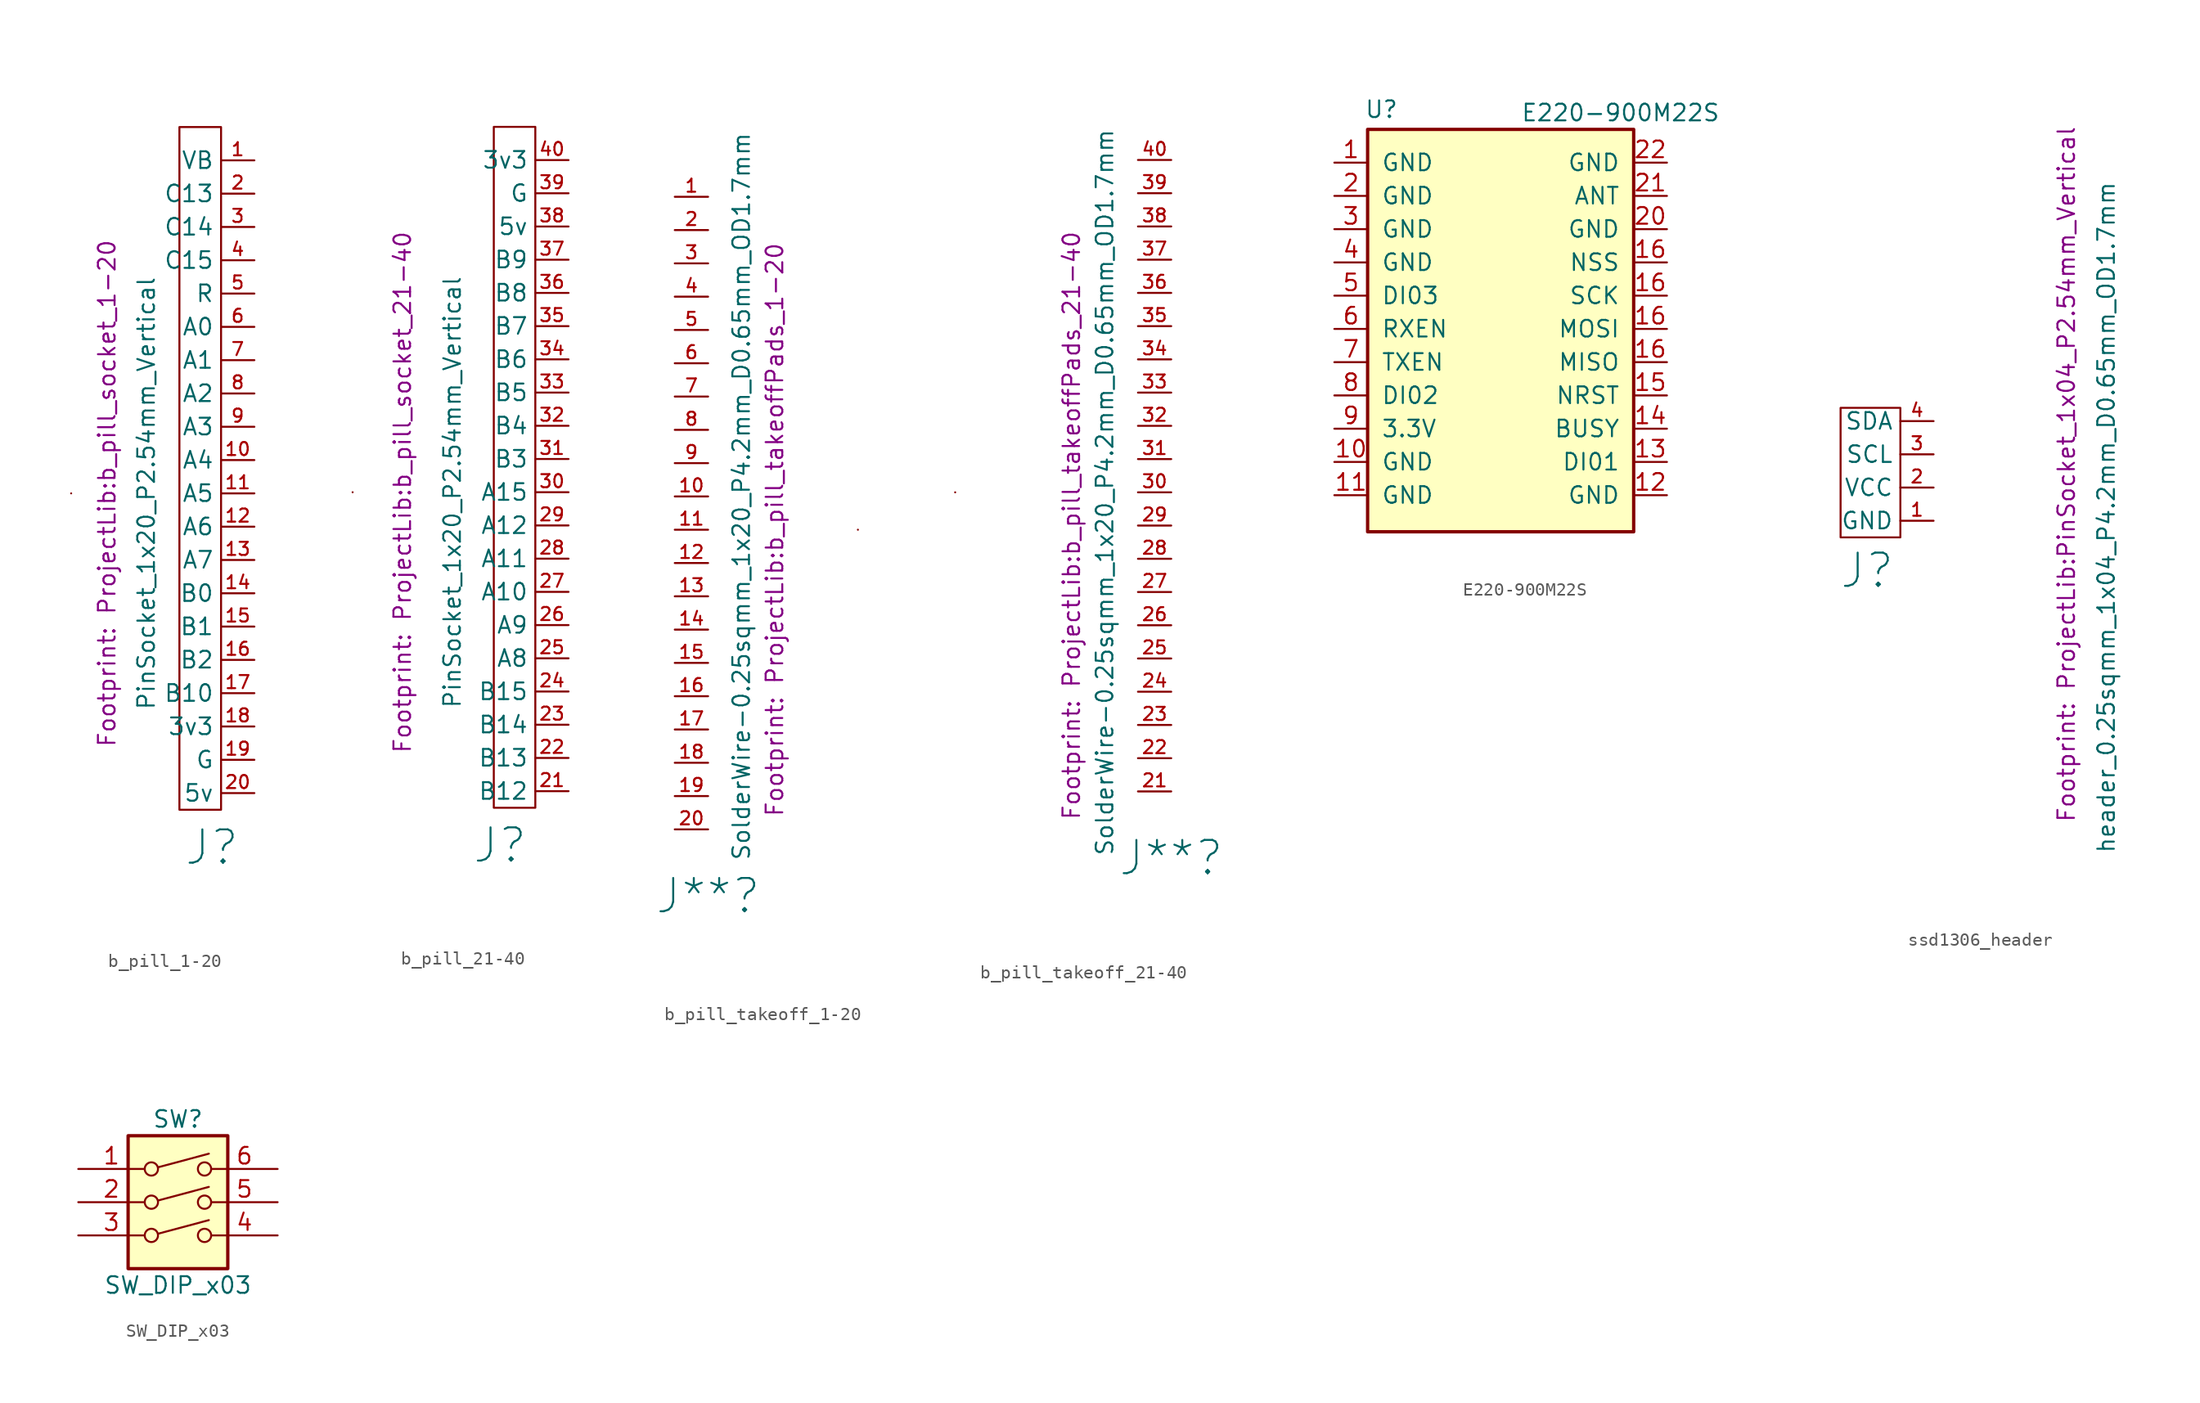
<source format=kicad_sym>
(kicad_symbol_lib
  (version 20231120)
  (generator "kicad_symbol_editor")
  (generator_version "8.0")
  (symbol "b_pill_1-20"
    (property "Reference" "J"
      (at -3.24 -27 0)
      (effects (font (size 2.54 2.54))))
    (property "Value" "PinSocket_1x20_P2.54mm_Vertical"
      (at -8.24 0 90)
      (effects (font (size 1.27 1.27))))
    (property "Footprint" "ProjectLib:b_pill_socket_1-20"
      (at -11.24 0 90)
      (show_name)
      (effects (font (size 1.27 1.27))))
    (symbol "b_pill_1-20_0_1"
      (rectangle (start -13.97 0) (end -13.97 0) (stroke (width 0) (type default)) (fill (type none)))
      (rectangle (start -5.715 27.94) (end -2.54 -24.13) (stroke (width 0) (type default)) (fill (type none))))
    (symbol "b_pill_1-20_1_1"
      (pin free line (at 0 25.4 180) (length 2.54) (name "VB" (effects (font (size 1.27 1.27)))) (number "1" (effects (font (size 1 1)))))
      (pin output line (at 0 2.54 180) (length 2.54) (name "A4" (effects (font (size 1.27 1.27)))) (number "10" (effects (font (size 1 1)))))
      (pin output line (at 0 0 180) (length 2.54) (name "A5" (effects (font (size 1.27 1.27)))) (number "11" (effects (font (size 1 1)))))
      (pin free line (at 0 -2.54 180) (length 2.54) (name "A6" (effects (font (size 1.27 1.27)))) (number "12" (effects (font (size 1 1)))))
      (pin output line (at 0 -5.08 180) (length 2.54) (name "A7" (effects (font (size 1.27 1.27)))) (number "13" (effects (font (size 1 1)))))
      (pin free line (at 0 -7.62 180) (length 2.54) (name "B0" (effects (font (size 1.27 1.27)))) (number "14" (effects (font (size 1 1)))))
      (pin free line (at 0 -10.16 180) (length 2.54) (name "B1" (effects (font (size 1.27 1.27)))) (number "15" (effects (font (size 1 1)))))
      (pin free line (at 0 -12.7 180) (length 2.54) (name "B2" (effects (font (size 1.27 1.27)))) (number "16" (effects (font (size 1 1)))))
      (pin free line (at 0 -15.24 180) (length 2.54) (name "B10" (effects (font (size 1.27 1.27)))) (number "17" (effects (font (size 1 1)))) (alternate "SCL" output line))
      (pin free line (at 0 -17.78 180) (length 2.54) (name "3v3" (effects (font (size 1.27 1.27)))) (number "18" (effects (font (size 1 1)))))
      (pin free line (at 0 -20.32 180) (length 2.54) (name "G" (effects (font (size 1.27 1.27)))) (number "19" (effects (font (size 1 1)))))
      (pin free line (at 0 22.86 180) (length 2.54) (name "C13" (effects (font (size 1.27 1.27)))) (number "2" (effects (font (size 1 1)))))
      (pin free line (at 0 -22.86 180) (length 2.54) (name "5v" (effects (font (size 1.27 1.27)))) (number "20" (effects (font (size 1 1)))))
      (pin free line (at 0 20.32 180) (length 2.54) (name "C14" (effects (font (size 1.27 1.27)))) (number "3" (effects (font (size 1 1)))))
      (pin free line (at 0 17.78 180) (length 2.54) (name "C15" (effects (font (size 1.27 1.27)))) (number "4" (effects (font (size 1 1)))))
      (pin free line (at 0 15.24 180) (length 2.54) (name "R" (effects (font (size 1.27 1.27)))) (number "5" (effects (font (size 1 1)))))
      (pin free line (at 0 12.7 180) (length 2.54) (name "A0" (effects (font (size 1.27 1.27)))) (number "6" (effects (font (size 1 1)))))
      (pin free line (at 0 10.16 180) (length 2.54) (name "A1" (effects (font (size 1.27 1.27)))) (number "7" (effects (font (size 1 1)))))
      (pin free line (at 0 7.62 180) (length 2.54) (name "A2" (effects (font (size 1.27 1.27)))) (number "8" (effects (font (size 1 1)))))
      (pin free line (at 0 5.08 180) (length 2.54) (name "A3" (effects (font (size 1.27 1.27)))) (number "9" (effects (font (size 1 1)))))))
  (symbol "b_pill_21-40"
    (property "Reference" "J"
      (at 10 -27 0)
      (effects (font (size 2.54 2.54))))
    (property "Value" "PinSocket_1x20_P2.54mm_Vertical"
      (at 6.35 0 90)
      (effects (font (size 1.27 1.27))))
    (property "Footprint" "ProjectLib:b_pill_socket_21-40"
      (at 2.54 0 90)
      (show_name)
      (effects (font (size 1.27 1.27))))
    (symbol "b_pill_21-40_0_1"
      (rectangle (start -1.27 0) (end -1.27 0) (stroke (width 0) (type default)) (fill (type none)))
      (rectangle (start 9.525 27.94) (end 12.7 -24.13) (stroke (width 0) (type default)) (fill (type none))))
    (symbol "b_pill_21-40_1_1"
      (pin free line (at 15.24 -22.86 180) (length 2.54) (name "B12" (effects (font (size 1.27 1.27)))) (number "21" (effects (font (size 1 1)))))
      (pin free line (at 15.24 -20.32 180) (length 2.54) (name "B13" (effects (font (size 1.27 1.27)))) (number "22" (effects (font (size 1 1)))))
      (pin free line (at 15.24 -17.78 180) (length 2.54) (name "B14" (effects (font (size 1.27 1.27)))) (number "23" (effects (font (size 1 1)))))
      (pin free line (at 15.24 -15.24 180) (length 2.54) (name "B15" (effects (font (size 1.27 1.27)))) (number "24" (effects (font (size 1 1)))))
      (pin free line (at 15.24 -12.7 180) (length 2.54) (name "A8" (effects (font (size 1.27 1.27)))) (number "25" (effects (font (size 1 1)))))
      (pin free line (at 15.24 -10.16 180) (length 2.54) (name "A9" (effects (font (size 1.27 1.27)))) (number "26" (effects (font (size 1 1)))))
      (pin free line (at 15.24 -7.62 180) (length 2.54) (name "A10" (effects (font (size 1.27 1.27)))) (number "27" (effects (font (size 1 1)))))
      (pin free line (at 15.24 -5.08 180) (length 2.54) (name "A11" (effects (font (size 1.27 1.27)))) (number "28" (effects (font (size 1 1)))))
      (pin free line (at 15.24 -2.54 180) (length 2.54) (name "A12" (effects (font (size 1.27 1.27)))) (number "29" (effects (font (size 1 1)))))
      (pin free line (at 15.24 0 180) (length 2.54) (name "A15" (effects (font (size 1.27 1.27)))) (number "30" (effects (font (size 1 1)))))
      (pin free line (at 15.24 2.54 180) (length 2.54) (name "B3" (effects (font (size 1.27 1.27)))) (number "31" (effects (font (size 1 1)))) (alternate "SDA" bidirectional line))
      (pin bidirectional line (at 15.24 5.08 180) (length 2.54) (name "B4" (effects (font (size 1.27 1.27)))) (number "32" (effects (font (size 1 1)))))
      (pin bidirectional line (at 15.24 7.62 180) (length 2.54) (name "B5" (effects (font (size 1.27 1.27)))) (number "33" (effects (font (size 1 1)))))
      (pin free line (at 15.24 10.16 180) (length 2.54) (name "B6" (effects (font (size 1.27 1.27)))) (number "34" (effects (font (size 1 1)))))
      (pin free line (at 15.24 12.7 180) (length 2.54) (name "B7" (effects (font (size 1.27 1.27)))) (number "35" (effects (font (size 1 1)))))
      (pin passive line (at 15.24 15.24 180) (length 2.54) (name "B8" (effects (font (size 1.27 1.27)))) (number "36" (effects (font (size 1 1)))) (alternate "SCL" output line))
      (pin passive line (at 15.24 17.78 180) (length 2.54) (name "B9" (effects (font (size 1.27 1.27)))) (number "37" (effects (font (size 1 1)))) (alternate "SDA" bidirectional line))
      (pin free line (at 15.24 20.32 180) (length 2.54) (name "5v" (effects (font (size 1.27 1.27)))) (number "38" (effects (font (size 1 1)))))
      (pin power_in line (at 15.24 22.86 180) (length 2.54) (name "G" (effects (font (size 1.27 1.27)))) (number "39" (effects (font (size 1 1)))))
      (pin power_in line (at 15.24 25.4 180) (length 2.54) (name "3v3" (effects (font (size 1.27 1.27)))) (number "40" (effects (font (size 1 1)))))))
  (symbol "b_pill_takeoff_1-20"
    (property "Reference" "J**"
      (at 0 -27.94 0)
      (effects (font (size 2.54 2.54))))
    (property "Value" "SolderWire-0.25sqmm_1x20_P4.2mm_D0.65mm_OD1.7mm"
      (at 2.54 2.54 90)
      (effects (font (size 1.27 1.27))))
    (property "Footprint" "ProjectLib:b_pill_takeoffPads_1-20"
      (at 5.08 0 90)
      (show_name)
      (effects (font (size 1.27 1.27))))
    (symbol "b_pill_takeoff_1-20_0_1"
      (rectangle (start 11.43 0) (end 11.43 0) (stroke (width 0) (type default)) (fill (type none))))
    (symbol "b_pill_takeoff_1-20_1_1"
      (pin free line (at -2.54 25.4 0) (length 2.54) (name "" (effects (font (size 1.27 1.27)))) (number "1" (effects (font (size 1 1)))))
      (pin free line (at -2.54 2.54 0) (length 2.54) (name "" (effects (font (size 1.27 1.27)))) (number "10" (effects (font (size 1 1)))))
      (pin free line (at -2.54 0 0) (length 2.54) (name "" (effects (font (size 1.27 1.27)))) (number "11" (effects (font (size 1 1)))))
      (pin free line (at -2.54 -2.54 0) (length 2.54) (name "" (effects (font (size 1.27 1.27)))) (number "12" (effects (font (size 1 1)))))
      (pin free line (at -2.54 -5.08 0) (length 2.54) (name "" (effects (font (size 1.27 1.27)))) (number "13" (effects (font (size 1 1)))))
      (pin free line (at -2.54 -7.62 0) (length 2.54) (name "" (effects (font (size 1.27 1.27)))) (number "14" (effects (font (size 1 1)))))
      (pin free line (at -2.54 -10.16 0) (length 2.54) (name "" (effects (font (size 1.27 1.27)))) (number "15" (effects (font (size 1 1)))))
      (pin free line (at -2.54 -12.7 0) (length 2.54) (name "" (effects (font (size 1.27 1.27)))) (number "16" (effects (font (size 1 1)))))
      (pin free line (at -2.54 -15.24 0) (length 2.54) (name "" (effects (font (size 1.27 1.27)))) (number "17" (effects (font (size 1 1)))) (alternate "SCL" output line))
      (pin free line (at -2.54 -17.78 0) (length 2.54) (name "" (effects (font (size 1.27 1.27)))) (number "18" (effects (font (size 1 1)))))
      (pin free line (at -2.54 -20.32 0) (length 2.54) (name "" (effects (font (size 1.27 1.27)))) (number "19" (effects (font (size 1 1)))))
      (pin free line (at -2.54 22.86 0) (length 2.54) (name "" (effects (font (size 1.27 1.27)))) (number "2" (effects (font (size 1 1)))))
      (pin free line (at -2.54 -22.86 0) (length 2.54) (name "" (effects (font (size 1.27 1.27)))) (number "20" (effects (font (size 1 1)))))
      (pin free line (at -2.54 20.32 0) (length 2.54) (name "" (effects (font (size 1.27 1.27)))) (number "3" (effects (font (size 1 1)))))
      (pin free line (at -2.54 17.78 0) (length 2.54) (name "" (effects (font (size 1.27 1.27)))) (number "4" (effects (font (size 1 1)))))
      (pin free line (at -2.54 15.24 0) (length 2.54) (name "" (effects (font (size 1.27 1.27)))) (number "5" (effects (font (size 1 1)))))
      (pin free line (at -2.54 12.7 0) (length 2.54) (name "" (effects (font (size 1.27 1.27)))) (number "6" (effects (font (size 1 1)))))
      (pin free line (at -2.54 10.16 0) (length 2.54) (name "" (effects (font (size 1.27 1.27)))) (number "7" (effects (font (size 1 1)))))
      (pin free line (at -2.54 7.62 0) (length 2.54) (name "" (effects (font (size 1.27 1.27)))) (number "8" (effects (font (size 1 1)))))
      (pin free line (at -2.54 5.08 0) (length 2.54) (name "" (effects (font (size 1.27 1.27)))) (number "9" (effects (font (size 1 1)))))))
  (symbol "b_pill_takeoff_21-40"
    (property "Reference" "J**"
      (at 15.24 -27.94 0)
      (effects (font (size 2.54 2.54))))
    (property "Value" "SolderWire-0.25sqmm_1x20_P4.2mm_D0.65mm_OD1.7mm"
      (at 10.16 0 90)
      (effects (font (size 1.27 1.27))))
    (property "Footprint" "ProjectLib:b_pill_takeoffPads_21-40"
      (at 7.62 -2.54 90)
      (show_name)
      (effects (font (size 1.27 1.27))))
    (symbol "b_pill_takeoff_21-40_0_1"
      (rectangle (start -1.27 0) (end -1.27 0) (stroke (width 0) (type default)) (fill (type none))))
    (symbol "b_pill_takeoff_21-40_1_1"
      (pin free line (at 15.24 -22.86 180) (length 2.54) (name "" (effects (font (size 1.27 1.27)))) (number "21" (effects (font (size 1 1)))))
      (pin free line (at 15.24 -20.32 180) (length 2.54) (name "" (effects (font (size 1.27 1.27)))) (number "22" (effects (font (size 1 1)))))
      (pin free line (at 15.24 -17.78 180) (length 2.54) (name "" (effects (font (size 1.27 1.27)))) (number "23" (effects (font (size 1 1)))))
      (pin free line (at 15.24 -15.24 180) (length 2.54) (name "" (effects (font (size 1.27 1.27)))) (number "24" (effects (font (size 1 1)))))
      (pin free line (at 15.24 -12.7 180) (length 2.54) (name "" (effects (font (size 1.27 1.27)))) (number "25" (effects (font (size 1 1)))))
      (pin free line (at 15.24 -10.16 180) (length 2.54) (name "" (effects (font (size 1.27 1.27)))) (number "26" (effects (font (size 1 1)))))
      (pin free line (at 15.24 -7.62 180) (length 2.54) (name "" (effects (font (size 1.27 1.27)))) (number "27" (effects (font (size 1 1)))))
      (pin free line (at 15.24 -5.08 180) (length 2.54) (name "" (effects (font (size 1.27 1.27)))) (number "28" (effects (font (size 1 1)))))
      (pin free line (at 15.24 -2.54 180) (length 2.54) (name "" (effects (font (size 1.27 1.27)))) (number "29" (effects (font (size 1 1)))))
      (pin free line (at 15.24 0 180) (length 2.54) (name "" (effects (font (size 1.27 1.27)))) (number "30" (effects (font (size 1 1)))))
      (pin free line (at 15.24 2.54 180) (length 2.54) (name "" (effects (font (size 1.27 1.27)))) (number "31" (effects (font (size 1 1)))) (alternate "SDA" bidirectional line))
      (pin free line (at 15.24 5.08 180) (length 2.54) (name "" (effects (font (size 1.27 1.27)))) (number "32" (effects (font (size 1 1)))))
      (pin free line (at 15.24 7.62 180) (length 2.54) (name "" (effects (font (size 1.27 1.27)))) (number "33" (effects (font (size 1 1)))))
      (pin free line (at 15.24 10.16 180) (length 2.54) (name "" (effects (font (size 1.27 1.27)))) (number "34" (effects (font (size 1 1)))))
      (pin free line (at 15.24 12.7 180) (length 2.54) (name "" (effects (font (size 1.27 1.27)))) (number "35" (effects (font (size 1 1)))))
      (pin passive line (at 15.24 15.24 180) (length 2.54) (name "" (effects (font (size 1.27 1.27)))) (number "36" (effects (font (size 1 1)))) (alternate "SCL" output line))
      (pin passive line (at 15.24 17.78 180) (length 2.54) (name "" (effects (font (size 1.27 1.27)))) (number "37" (effects (font (size 1 1)))) (alternate "SDA" bidirectional line))
      (pin free line (at 15.24 20.32 180) (length 2.54) (name "" (effects (font (size 1.27 1.27)))) (number "38" (effects (font (size 1 1)))))
      (pin power_in line (at 15.24 22.86 180) (length 2.54) (name "" (effects (font (size 1.27 1.27)))) (number "39" (effects (font (size 1 1)))))
      (pin power_in line (at 15.24 25.4 180) (length 2.54) (name "" (effects (font (size 1.27 1.27)))) (number "40" (effects (font (size 1 1)))))))
  (symbol "E220-900M22S"
    (pin_names
      (offset 1.016))
    (property "Reference" "U"
      (at -10.414 11.684 0)
      (effects (font (size 1.27 1.27)) (justify left)))
    (property "Value" "E220-900M22S"
      (at 1.524 11.43 0)
      (effects (font (size 1.27 1.27)) (justify left)))
    (symbol "E220-900M22S_0_1"
      (rectangle (start -10.16 10.16) (end 10.16 -20.574) (stroke (width 0.254) (type default)) (fill (type background))))
    (symbol "E220-900M22S_1_1"
      (pin power_in line (at -12.7 7.62 0) (length 2.54) (name "GND" (effects (font (size 1.27 1.27)))) (number "1" (effects (font (size 1.27 1.27)))))
      (pin power_in line (at -12.7 -15.24 0) (length 2.54) (name "GND" (effects (font (size 1.27 1.27)))) (number "10" (effects (font (size 1.27 1.27)))))
      (pin power_in line (at -12.7 -17.78 0) (length 2.54) (name "GND" (effects (font (size 1.27 1.27)))) (number "11" (effects (font (size 1.27 1.27)))))
      (pin power_in line (at 12.7 -17.78 180) (length 2.54) (name "GND" (effects (font (size 1.27 1.27)))) (number "12" (effects (font (size 1.27 1.27)))))
      (pin bidirectional line (at 12.7 -15.24 180) (length 2.54) (name "DI01" (effects (font (size 1.27 1.27)))) (number "13" (effects (font (size 1.27 1.27)))))
      (pin bidirectional line (at 12.7 -12.7 180) (length 2.54) (name "BUSY" (effects (font (size 1.27 1.27)))) (number "14" (effects (font (size 1.27 1.27)))))
      (pin bidirectional line (at 12.7 -10.16 180) (length 2.54) (name "NRST" (effects (font (size 1.27 1.27)))) (number "15" (effects (font (size 1.27 1.27)))))
      (pin output line (at 12.7 -7.62 180) (length 2.54) (name "MISO" (effects (font (size 1.27 1.27)))) (number "16" (effects (font (size 1.27 1.27)))))
      (pin input line (at 12.7 -5.08 180) (length 2.54) (name "MOSI" (effects (font (size 1.27 1.27)))) (number "16" (effects (font (size 1.27 1.27)))))
      (pin input line (at 12.7 0 180) (length 2.54) (name "NSS" (effects (font (size 1.27 1.27)))) (number "16" (effects (font (size 1.27 1.27)))))
      (pin input line (at 12.7 -2.54 180) (length 2.54) (name "SCK" (effects (font (size 1.27 1.27)))) (number "16" (effects (font (size 1.27 1.27)))))
      (pin power_in line (at -12.7 5.08 0) (length 2.54) (name "GND" (effects (font (size 1.27 1.27)))) (number "2" (effects (font (size 1.27 1.27)))))
      (pin power_in line (at 12.7 2.54 180) (length 2.54) (name "GND" (effects (font (size 1.27 1.27)))) (number "20" (effects (font (size 1.27 1.27)))))
      (pin bidirectional line (at 12.7 5.08 180) (length 2.54) (name "ANT" (effects (font (size 1.27 1.27)))) (number "21" (effects (font (size 1.27 1.27)))))
      (pin power_in line (at 12.7 7.62 180) (length 2.54) (name "GND" (effects (font (size 1.27 1.27)))) (number "22" (effects (font (size 1.27 1.27)))))
      (pin power_in line (at -12.7 2.54 0) (length 2.54) (name "GND" (effects (font (size 1.27 1.27)))) (number "3" (effects (font (size 1.27 1.27)))))
      (pin power_in line (at -12.7 0 0) (length 2.54) (name "GND" (effects (font (size 1.27 1.27)))) (number "4" (effects (font (size 1.27 1.27)))))
      (pin bidirectional line (at -12.7 -2.54 0) (length 2.54) (name "DI03" (effects (font (size 1.27 1.27)))) (number "5" (effects (font (size 1.27 1.27)))))
      (pin bidirectional line (at -12.7 -5.08 0) (length 2.54) (name "RXEN" (effects (font (size 1.27 1.27)))) (number "6" (effects (font (size 1.27 1.27)))))
      (pin bidirectional line (at -12.7 -7.62 0) (length 2.54) (name "TXEN" (effects (font (size 1.27 1.27)))) (number "7" (effects (font (size 1.27 1.27)))))
      (pin bidirectional line (at -12.7 -10.16 0) (length 2.54) (name "DI02" (effects (font (size 1.27 1.27)))) (number "8" (effects (font (size 1.27 1.27)))))
      (pin power_in line (at -12.7 -12.7 0) (length 2.54) (name "3.3V" (effects (font (size 1.27 1.27)))) (number "9" (effects (font (size 1.27 1.27)))))))
  (symbol "ssd1306_header"
    (property "Reference" "J"
      (at -2.54 -7.62 0)
      (effects (font (size 2.54 2.54))))
    (property "Value" "header_0.25sqmm_1x04_P4.2mm_D0.65mm_OD1.7mm"
      (at 15.748 -3.556 90)
      (effects (font (size 1.27 1.27))))
    (property "Footprint" "ProjectLib:PinSocket_1x04_P2.54mm_Vertical"
      (at 12.7 -0.254 90)
      (show_name)
      (effects (font (size 1.27 1.27))))
    (symbol "ssd1306_header_0_1"
      (rectangle (start -4.572 4.826) (end 0 -5.08) (stroke (width 0) (type default)) (fill (type none))))
    (symbol "ssd1306_header_1_1"
      (pin free line (at 2.54 -3.81 180) (length 2.54) (name "GND" (effects (font (size 1.27 1.27)))) (number "1" (effects (font (size 1 1)))))
      (pin free line (at 2.54 -1.27 180) (length 2.54) (name "VCC" (effects (font (size 1.27 1.27)))) (number "2" (effects (font (size 1 1)))))
      (pin free line (at 2.54 1.27 180) (length 2.54) (name "SCL" (effects (font (size 1.27 1.27)))) (number "3" (effects (font (size 1 1)))))
      (pin free line (at 2.54 3.81 180) (length 2.54) (name "SDA" (effects (font (size 1.27 1.27)))) (number "4" (effects (font (size 1 1)))))))
  (symbol "SW_DIP_x03"
    (pin_names
      (offset 0) hide)
    (property "Reference" "SW"
      (at 0 6.35 0)
      (effects (font (size 1.27 1.27))))
    (property "Value" "SW_DIP_x03"
      (at 0 -6.35 0)
      (effects (font (size 1.27 1.27))))
    (symbol "SW_DIP_x03_0_0"
      (circle (center -2.032 -2.54) (radius 0.508) (stroke (width 0) (type default)) (fill (type none)))
      (circle (center -2.032 0) (radius 0.508) (stroke (width 0) (type default)) (fill (type none)))
      (circle (center -2.032 2.54) (radius 0.508) (stroke (width 0) (type default)) (fill (type none)))
      (polyline (pts (xy -1.524 -2.413) (xy 2.362 -1.372)) (stroke (width 0) (type default)) (fill (type none)))
      (polyline (pts (xy -1.524 0.127) (xy 2.362 1.168)) (stroke (width 0) (type default)) (fill (type none)))
      (polyline (pts (xy -1.524 2.667) (xy 2.362 3.708)) (stroke (width 0) (type default)) (fill (type none)))
      (circle (center 2.032 -2.54) (radius 0.508) (stroke (width 0) (type default)) (fill (type none)))
      (circle (center 2.032 0) (radius 0.508) (stroke (width 0) (type default)) (fill (type none)))
      (circle (center 2.032 2.54) (radius 0.508) (stroke (width 0) (type default)) (fill (type none))))
    (symbol "SW_DIP_x03_0_1"
      (rectangle (start -3.81 5.08) (end 3.81 -5.08) (stroke (width 0.254) (type default)) (fill (type background))))
    (symbol "SW_DIP_x03_1_1"
      (pin passive line (at -7.62 2.54 0) (length 5.08) (name "~" (effects (font (size 1.27 1.27)))) (number "1" (effects (font (size 1.27 1.27)))))
      (pin passive line (at -7.62 0 0) (length 5.08) (name "~" (effects (font (size 1.27 1.27)))) (number "2" (effects (font (size 1.27 1.27)))))
      (pin passive line (at -7.62 -2.54 0) (length 5.08) (name "~" (effects (font (size 1.27 1.27)))) (number "3" (effects (font (size 1.27 1.27)))))
      (pin passive line (at 7.62 -2.54 180) (length 5.08) (name "~" (effects (font (size 1.27 1.27)))) (number "4" (effects (font (size 1.27 1.27)))))
      (pin passive line (at 7.62 0 180) (length 5.08) (name "~" (effects (font (size 1.27 1.27)))) (number "5" (effects (font (size 1.27 1.27)))))
      (pin passive line (at 7.62 2.54 180) (length 5.08) (name "~" (effects (font (size 1.27 1.27)))) (number "6" (effects (font (size 1.27 1.27))))))))
</source>
